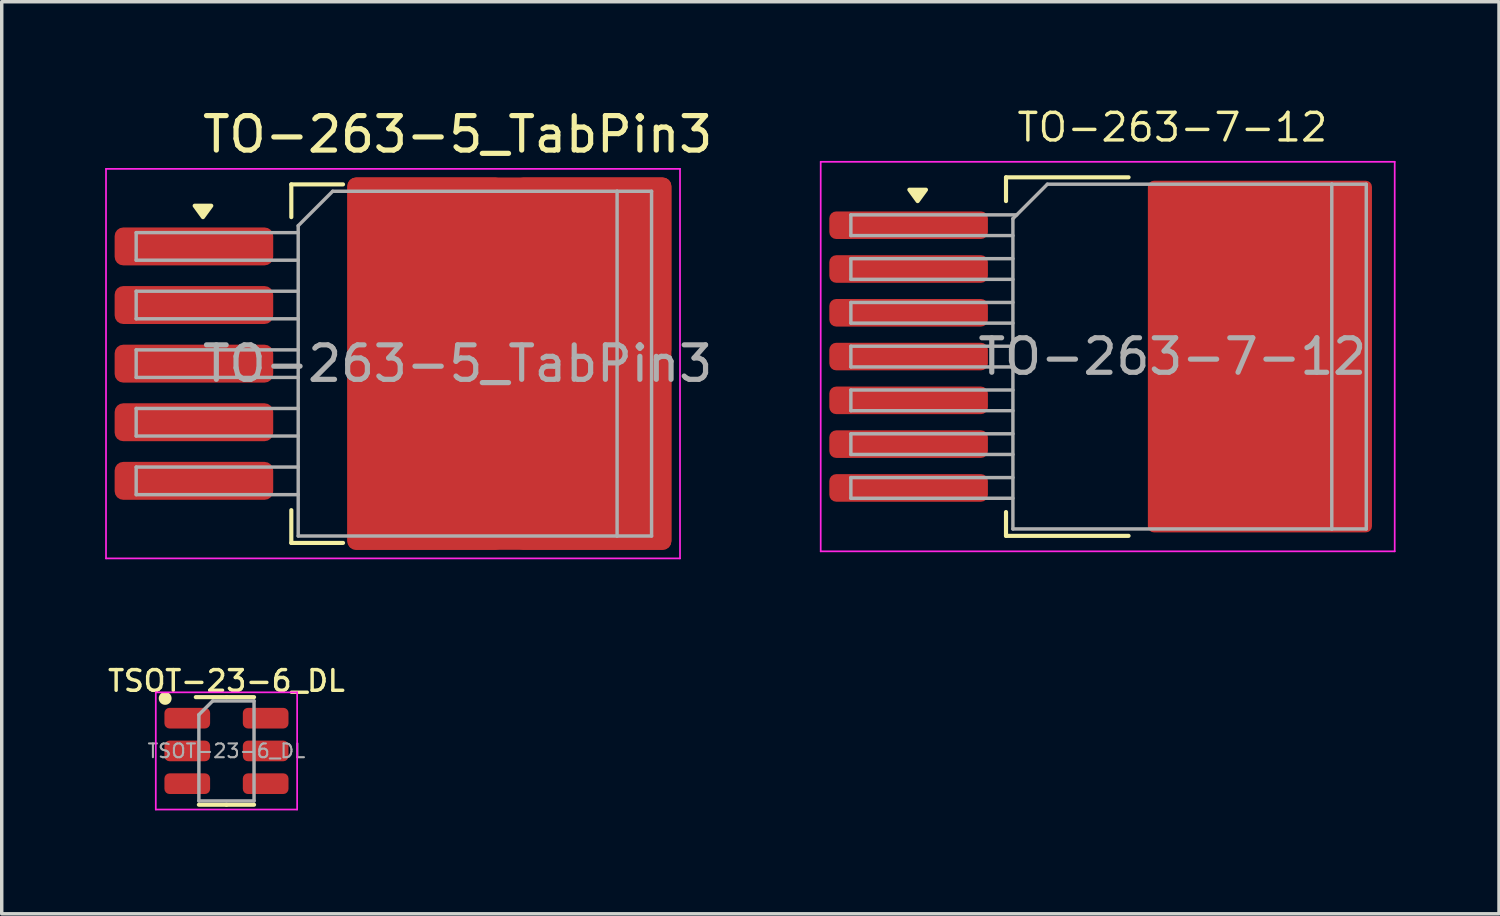
<source format=kicad_pcb>
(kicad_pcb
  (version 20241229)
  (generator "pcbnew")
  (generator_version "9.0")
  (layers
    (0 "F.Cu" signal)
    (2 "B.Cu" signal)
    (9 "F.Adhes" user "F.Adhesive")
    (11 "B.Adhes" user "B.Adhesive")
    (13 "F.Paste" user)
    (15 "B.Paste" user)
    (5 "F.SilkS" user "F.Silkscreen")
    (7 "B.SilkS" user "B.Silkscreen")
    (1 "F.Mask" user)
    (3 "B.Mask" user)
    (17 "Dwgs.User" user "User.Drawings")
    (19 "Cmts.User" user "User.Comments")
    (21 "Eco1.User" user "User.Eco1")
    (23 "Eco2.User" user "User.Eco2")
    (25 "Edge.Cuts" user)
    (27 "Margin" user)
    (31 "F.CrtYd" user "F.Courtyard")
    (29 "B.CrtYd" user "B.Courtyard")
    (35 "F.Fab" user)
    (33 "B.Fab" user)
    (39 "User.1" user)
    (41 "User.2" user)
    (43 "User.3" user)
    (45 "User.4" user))
  (footprint "TSOT-23-6_DL"
    (layer "F.Cu")
    (at 3.519 18.732)
    (property "Reference" "TSOT-23-6_DL" (at 0 -2.032 0) (layer "F.SilkS") (effects (font (size 0.6 0.6) (thickness 0.1))))
    (attr smd)
    (fp_line (start 0 -1.56) (end -0.889 -1.56) (stroke (width 0.12) (type solid)) (layer "F.SilkS"))
    (fp_line (start 0 -1.56) (end 0.8 -1.56) (stroke (width 0.12) (type solid)) (layer "F.SilkS"))
    (fp_line (start 0 1.56) (end -0.8 1.56) (stroke (width 0.12) (type solid)) (layer "F.SilkS"))
    (fp_line (start 0 1.56) (end 0.8 1.56) (stroke (width 0.12) (type solid)) (layer "F.SilkS"))
    (fp_circle (center -1.778 -1.524) (end -1.651 -1.524) (stroke (width 0.12) (type solid)) (fill yes) (layer "F.SilkS"))
    (fp_line (start -2.05 -1.7) (end -2.05 1.7) (stroke (width 0.05) (type solid)) (layer "F.CrtYd"))
    (fp_line (start -2.05 1.7) (end 2.05 1.7) (stroke (width 0.05) (type solid)) (layer "F.CrtYd"))
    (fp_line (start 2.05 -1.7) (end -2.05 -1.7) (stroke (width 0.05) (type solid)) (layer "F.CrtYd"))
    (fp_line (start 2.05 1.7) (end 2.05 -1.7) (stroke (width 0.05) (type solid)) (layer "F.CrtYd"))
    (fp_line (start -0.8 -1.05) (end -0.4 -1.45) (stroke (width 0.1) (type solid)) (layer "F.Fab"))
    (fp_line (start -0.8 1.45) (end -0.8 -1.05) (stroke (width 0.1) (type solid)) (layer "F.Fab"))
    (fp_line (start -0.4 -1.45) (end 0.8 -1.45) (stroke (width 0.1) (type solid)) (layer "F.Fab"))
    (fp_line (start 0.8 -1.45) (end 0.8 1.45) (stroke (width 0.1) (type solid)) (layer "F.Fab"))
    (fp_line (start 0.8 1.45) (end -0.8 1.45) (stroke (width 0.1) (type solid)) (layer "F.Fab"))
    (fp_text user "${REFERENCE}" (at 0 0 0) (layer "F.Fab") (effects (font (size 0.4 0.4) (thickness 0.06))))
    (pad "1" smd roundrect (at -1.137 -0.95) (size 1.325 0.6) (layers "F.Cu" "F.Mask" "F.Paste") (roundrect_rratio 0.25))
    (pad "2" smd roundrect (at -1.137 0) (size 1.325 0.6) (layers "F.Cu" "F.Mask" "F.Paste") (roundrect_rratio 0.25))
    (pad "3" smd roundrect (at -1.137 0.95) (size 1.325 0.6) (layers "F.Cu" "F.Mask" "F.Paste") (roundrect_rratio 0.25))
    (pad "4" smd roundrect (at 1.137 0.95) (size 1.325 0.6) (layers "F.Cu" "F.Mask" "F.Paste") (roundrect_rratio 0.25))
    (pad "5" smd roundrect (at 1.137 0) (size 1.325 0.6) (layers "F.Cu" "F.Mask" "F.Paste") (roundrect_rratio 0.25))
    (pad "6" smd roundrect (at 1.137 -0.95) (size 1.325 0.6) (layers "F.Cu" "F.Mask" "F.Paste") (roundrect_rratio 0.25)))
  (footprint "TO-263-7-12"
    (layer "F.Cu")
    (at 30.956 7.293)
    (property "Reference" "TO-263-7-12" (at 0 -6.65 0) (layer "F.SilkS") (effects (font (size 0.8 0.8) (thickness 0.1))))
    (attr smd)
    (fp_line (start -4.825 -5.2) (end -4.825 -4.51) (stroke (width 0.12) (type solid)) (layer "F.SilkS"))
    (fp_line (start -4.825 5.2) (end -4.825 4.51) (stroke (width 0.12) (type solid)) (layer "F.SilkS"))
    (fp_line (start -1.27 -5.2) (end -4.825 -5.2) (stroke (width 0.12) (type solid)) (layer "F.SilkS"))
    (fp_line (start -1.27 5.2) (end -4.825 5.2) (stroke (width 0.12) (type solid)) (layer "F.SilkS"))
    (fp_poly (pts (xy -7.388 -4.51) (xy -7.628 -4.84) (xy -7.147 -4.84) (xy -7.388 -4.51)) (stroke (width 0.12) (type solid)) (fill yes) (layer "F.SilkS"))
    (fp_line (start -10.2 -5.65) (end -10.2 5.65) (stroke (width 0.05) (type solid)) (layer "F.CrtYd"))
    (fp_line (start -10.2 5.65) (end 6.45 5.65) (stroke (width 0.05) (type solid)) (layer "F.CrtYd"))
    (fp_line (start 6.45 -5.65) (end -10.2 -5.65) (stroke (width 0.05) (type solid)) (layer "F.CrtYd"))
    (fp_line (start 6.45 5.65) (end 6.45 -5.65) (stroke (width 0.05) (type solid)) (layer "F.CrtYd"))
    (fp_line (start -9.325 -4.11) (end -9.325 -3.51) (stroke (width 0.1) (type solid)) (layer "F.Fab"))
    (fp_line (start -9.325 -3.51) (end -4.625 -3.51) (stroke (width 0.1) (type solid)) (layer "F.Fab"))
    (fp_line (start -9.325 -2.84) (end -9.325 -2.24) (stroke (width 0.1) (type solid)) (layer "F.Fab"))
    (fp_line (start -9.325 -2.24) (end -4.625 -2.24) (stroke (width 0.1) (type solid)) (layer "F.Fab"))
    (fp_line (start -9.325 -1.57) (end -9.325 -0.97) (stroke (width 0.1) (type solid)) (layer "F.Fab"))
    (fp_line (start -9.325 -0.97) (end -4.625 -0.97) (stroke (width 0.1) (type solid)) (layer "F.Fab"))
    (fp_line (start -9.325 -0.3) (end -9.325 0.3) (stroke (width 0.1) (type solid)) (layer "F.Fab"))
    (fp_line (start -9.325 0.3) (end -4.625 0.3) (stroke (width 0.1) (type solid)) (layer "F.Fab"))
    (fp_line (start -9.325 0.97) (end -9.325 1.57) (stroke (width 0.1) (type solid)) (layer "F.Fab"))
    (fp_line (start -9.325 1.57) (end -4.625 1.57) (stroke (width 0.1) (type solid)) (layer "F.Fab"))
    (fp_line (start -9.325 2.24) (end -9.325 2.84) (stroke (width 0.1) (type solid)) (layer "F.Fab"))
    (fp_line (start -9.325 2.84) (end -4.625 2.84) (stroke (width 0.1) (type solid)) (layer "F.Fab"))
    (fp_line (start -9.325 3.51) (end -9.325 4.11) (stroke (width 0.1) (type solid)) (layer "F.Fab"))
    (fp_line (start -9.325 4.11) (end -4.625 4.11) (stroke (width 0.1) (type solid)) (layer "F.Fab"))
    (fp_line (start -4.625 -4) (end -3.625 -5) (stroke (width 0.1) (type solid)) (layer "F.Fab"))
    (fp_line (start -4.625 -2.84) (end -9.325 -2.84) (stroke (width 0.1) (type solid)) (layer "F.Fab"))
    (fp_line (start -4.625 -1.57) (end -9.325 -1.57) (stroke (width 0.1) (type solid)) (layer "F.Fab"))
    (fp_line (start -4.625 -0.3) (end -9.325 -0.3) (stroke (width 0.1) (type solid)) (layer "F.Fab"))
    (fp_line (start -4.625 0.97) (end -9.325 0.97) (stroke (width 0.1) (type solid)) (layer "F.Fab"))
    (fp_line (start -4.625 2.24) (end -9.325 2.24) (stroke (width 0.1) (type solid)) (layer "F.Fab"))
    (fp_line (start -4.625 3.51) (end -9.325 3.51) (stroke (width 0.1) (type solid)) (layer "F.Fab"))
    (fp_line (start -4.625 5) (end -4.625 -4) (stroke (width 0.1) (type solid)) (layer "F.Fab"))
    (fp_line (start -4.515 -4.11) (end -9.325 -4.11) (stroke (width 0.1) (type solid)) (layer "F.Fab"))
    (fp_line (start -3.625 -5) (end 4.625 -5) (stroke (width 0.1) (type solid)) (layer "F.Fab"))
    (fp_line (start 4.625 -5) (end 4.625 5) (stroke (width 0.1) (type solid)) (layer "F.Fab"))
    (fp_line (start 4.625 -5) (end 5.625 -5) (stroke (width 0.1) (type solid)) (layer "F.Fab"))
    (fp_line (start 4.625 5) (end -4.625 5) (stroke (width 0.1) (type solid)) (layer "F.Fab"))
    (fp_line (start 5.625 -5) (end 5.625 5) (stroke (width 0.1) (type solid)) (layer "F.Fab"))
    (fp_line (start 5.625 5) (end 4.625 5) (stroke (width 0.1) (type solid)) (layer "F.Fab"))
    (fp_text user "${REFERENCE}" (at 0 0 0) (layer "F.Fab") (effects (font (size 1 1) (thickness 0.15))))
    (pad "1" smd roundrect (at -7.65 -3.81) (size 4.6 0.8) (layers "F.Cu" "F.Mask" "F.Paste") (roundrect_rratio 0.25))
    (pad "2" smd roundrect (at -7.65 -2.54) (size 4.6 0.8) (layers "F.Cu" "F.Mask" "F.Paste") (roundrect_rratio 0.25))
    (pad "3" smd roundrect (at -7.65 -1.27) (size 4.6 0.8) (layers "F.Cu" "F.Mask" "F.Paste") (roundrect_rratio 0.25))
    (pad "4" smd roundrect (at -7.65 0) (size 4.6 0.8) (layers "F.Cu" "F.Mask" "F.Paste") (roundrect_rratio 0.25))
    (pad "5" smd roundrect (at -7.65 1.27) (size 4.6 0.8) (layers "F.Cu" "F.Mask" "F.Paste") (roundrect_rratio 0.25))
    (pad "6" smd roundrect (at -7.65 2.54) (size 4.6 0.8) (layers "F.Cu" "F.Mask" "F.Paste") (roundrect_rratio 0.25))
    (pad "7" smd roundrect (at -7.65 3.81) (size 4.6 0.8) (layers "F.Cu" "F.Mask" "F.Paste") (roundrect_rratio 0.25))
    (pad "8" smd roundrect (at 0.889 -2.615) (size 3 4.93) (layers "F.Cu" "F.Paste") (roundrect_rratio 0.055))
    (pad "8" smd roundrect (at 0.889 2.615) (size 3 4.93) (layers "F.Cu" "F.Paste") (roundrect_rratio 0.055))
    (pad "8" smd roundrect (at 2.54 0) (size 6.5 10.2) (layers "F.Cu" "F.Mask") (roundrect_rratio 0.027))
    (pad "8" smd roundrect (at 4.197 -2.615) (size 3 4.93) (layers "F.Cu" "F.Paste") (roundrect_rratio 0.055))
    (pad "8" smd roundrect (at 4.197 2.615) (size 3 4.93) (layers "F.Cu" "F.Paste") (roundrect_rratio 0.055)))
  (footprint "TO-263-5_TabPin3"
    (layer "F.Cu")
    (at 10.225 7.498)
    (property "Reference" "TO-263-5_TabPin3" (at 0 -6.65 0) (layer "F.SilkS") (effects (font (size 1 1) (thickness 0.15))))
    (attr smd)
    (fp_line (start -4.825 -5.2) (end -4.825 -4.25) (stroke (width 0.12) (type solid)) (layer "F.SilkS"))
    (fp_line (start -4.825 5.2) (end -4.825 4.25) (stroke (width 0.12) (type solid)) (layer "F.SilkS"))
    (fp_line (start -3.325 -5.2) (end -4.825 -5.2) (stroke (width 0.12) (type solid)) (layer "F.SilkS"))
    (fp_line (start -3.325 5.2) (end -4.825 5.2) (stroke (width 0.12) (type solid)) (layer "F.SilkS"))
    (fp_poly (pts (xy -7.388 -4.25) (xy -7.628 -4.58) (xy -7.147 -4.58) (xy -7.388 -4.25)) (stroke (width 0.12) (type solid)) (fill yes) (layer "F.SilkS"))
    (fp_line (start -10.2 -5.65) (end -10.2 5.65) (stroke (width 0.05) (type solid)) (layer "F.CrtYd"))
    (fp_line (start -10.2 5.65) (end 6.45 5.65) (stroke (width 0.05) (type solid)) (layer "F.CrtYd"))
    (fp_line (start 6.45 -5.65) (end -10.2 -5.65) (stroke (width 0.05) (type solid)) (layer "F.CrtYd"))
    (fp_line (start 6.45 5.65) (end 6.45 -5.65) (stroke (width 0.05) (type solid)) (layer "F.CrtYd"))
    (fp_line (start -9.325 -3.8) (end -9.325 -3) (stroke (width 0.1) (type solid)) (layer "F.Fab"))
    (fp_line (start -9.325 -3) (end -4.625 -3) (stroke (width 0.1) (type solid)) (layer "F.Fab"))
    (fp_line (start -9.325 -2.1) (end -9.325 -1.3) (stroke (width 0.1) (type solid)) (layer "F.Fab"))
    (fp_line (start -9.325 -1.3) (end -4.625 -1.3) (stroke (width 0.1) (type solid)) (layer "F.Fab"))
    (fp_line (start -9.325 -0.4) (end -9.325 0.4) (stroke (width 0.1) (type solid)) (layer "F.Fab"))
    (fp_line (start -9.325 0.4) (end -4.625 0.4) (stroke (width 0.1) (type solid)) (layer "F.Fab"))
    (fp_line (start -9.325 1.3) (end -9.325 2.1) (stroke (width 0.1) (type solid)) (layer "F.Fab"))
    (fp_line (start -9.325 2.1) (end -4.625 2.1) (stroke (width 0.1) (type solid)) (layer "F.Fab"))
    (fp_line (start -9.325 3) (end -9.325 3.8) (stroke (width 0.1) (type solid)) (layer "F.Fab"))
    (fp_line (start -9.325 3.8) (end -4.625 3.8) (stroke (width 0.1) (type solid)) (layer "F.Fab"))
    (fp_line (start -4.625 -4) (end -3.625 -5) (stroke (width 0.1) (type solid)) (layer "F.Fab"))
    (fp_line (start -4.625 -3.8) (end -9.325 -3.8) (stroke (width 0.1) (type solid)) (layer "F.Fab"))
    (fp_line (start -4.625 -2.1) (end -9.325 -2.1) (stroke (width 0.1) (type solid)) (layer "F.Fab"))
    (fp_line (start -4.625 -0.4) (end -9.325 -0.4) (stroke (width 0.1) (type solid)) (layer "F.Fab"))
    (fp_line (start -4.625 1.3) (end -9.325 1.3) (stroke (width 0.1) (type solid)) (layer "F.Fab"))
    (fp_line (start -4.625 3) (end -9.325 3) (stroke (width 0.1) (type solid)) (layer "F.Fab"))
    (fp_line (start -4.625 5) (end -4.625 -4) (stroke (width 0.1) (type solid)) (layer "F.Fab"))
    (fp_line (start -3.625 -5) (end 4.625 -5) (stroke (width 0.1) (type solid)) (layer "F.Fab"))
    (fp_line (start 4.625 -5) (end 4.625 5) (stroke (width 0.1) (type solid)) (layer "F.Fab"))
    (fp_line (start 4.625 -5) (end 5.625 -5) (stroke (width 0.1) (type solid)) (layer "F.Fab"))
    (fp_line (start 4.625 5) (end -4.625 5) (stroke (width 0.1) (type solid)) (layer "F.Fab"))
    (fp_line (start 5.625 -5) (end 5.625 5) (stroke (width 0.1) (type solid)) (layer "F.Fab"))
    (fp_line (start 5.625 5) (end 4.625 5) (stroke (width 0.1) (type solid)) (layer "F.Fab"))
    (fp_text user "${REFERENCE}" (at 0 0 0) (layer "F.Fab") (effects (font (size 1 1) (thickness 0.15))))
    (pad "1" smd roundrect (at -7.65 -3.4) (size 4.6 1.1) (layers "F.Cu" "F.Mask" "F.Paste") (roundrect_rratio 0.227))
    (pad "2" smd roundrect (at -7.65 -1.7) (size 4.6 1.1) (layers "F.Cu" "F.Mask" "F.Paste") (roundrect_rratio 0.227))
    (pad "3" smd roundrect (at -7.65 0) (size 4.6 1.1) (layers "F.Cu" "F.Mask" "F.Paste") (roundrect_rratio 0.227))
    (pad "3" smd roundrect (at -0.925 -2.775) (size 4.55 5.25) (layers "F.Cu" "F.Paste") (roundrect_rratio 0.055))
    (pad "3" smd roundrect (at -0.925 2.775) (size 4.55 5.25) (layers "F.Cu" "F.Paste") (roundrect_rratio 0.055))
    (pad "3" smd roundrect (at 1.5 0) (size 9.4 10.8) (layers "F.Cu" "F.Mask") (roundrect_rratio 0.027))
    (pad "3" smd roundrect (at 3.925 -2.775) (size 4.55 5.25) (layers "F.Cu" "F.Paste") (roundrect_rratio 0.055))
    (pad "3" smd roundrect (at 3.925 2.775) (size 4.55 5.25) (layers "F.Cu" "F.Paste") (roundrect_rratio 0.055))
    (pad "4" smd roundrect (at -7.65 1.7) (size 4.6 1.1) (layers "F.Cu" "F.Mask" "F.Paste") (roundrect_rratio 0.227))
    (pad "5" smd roundrect (at -7.65 3.4) (size 4.6 1.1) (layers "F.Cu" "F.Mask" "F.Paste") (roundrect_rratio 0.227)))
  (gr_rect
    (start -3 -3)
    (end 40.431 23.457)
    (stroke (width 0.1) (type default))
    (fill no)
    (layer "Edge.Cuts")))
</source>
